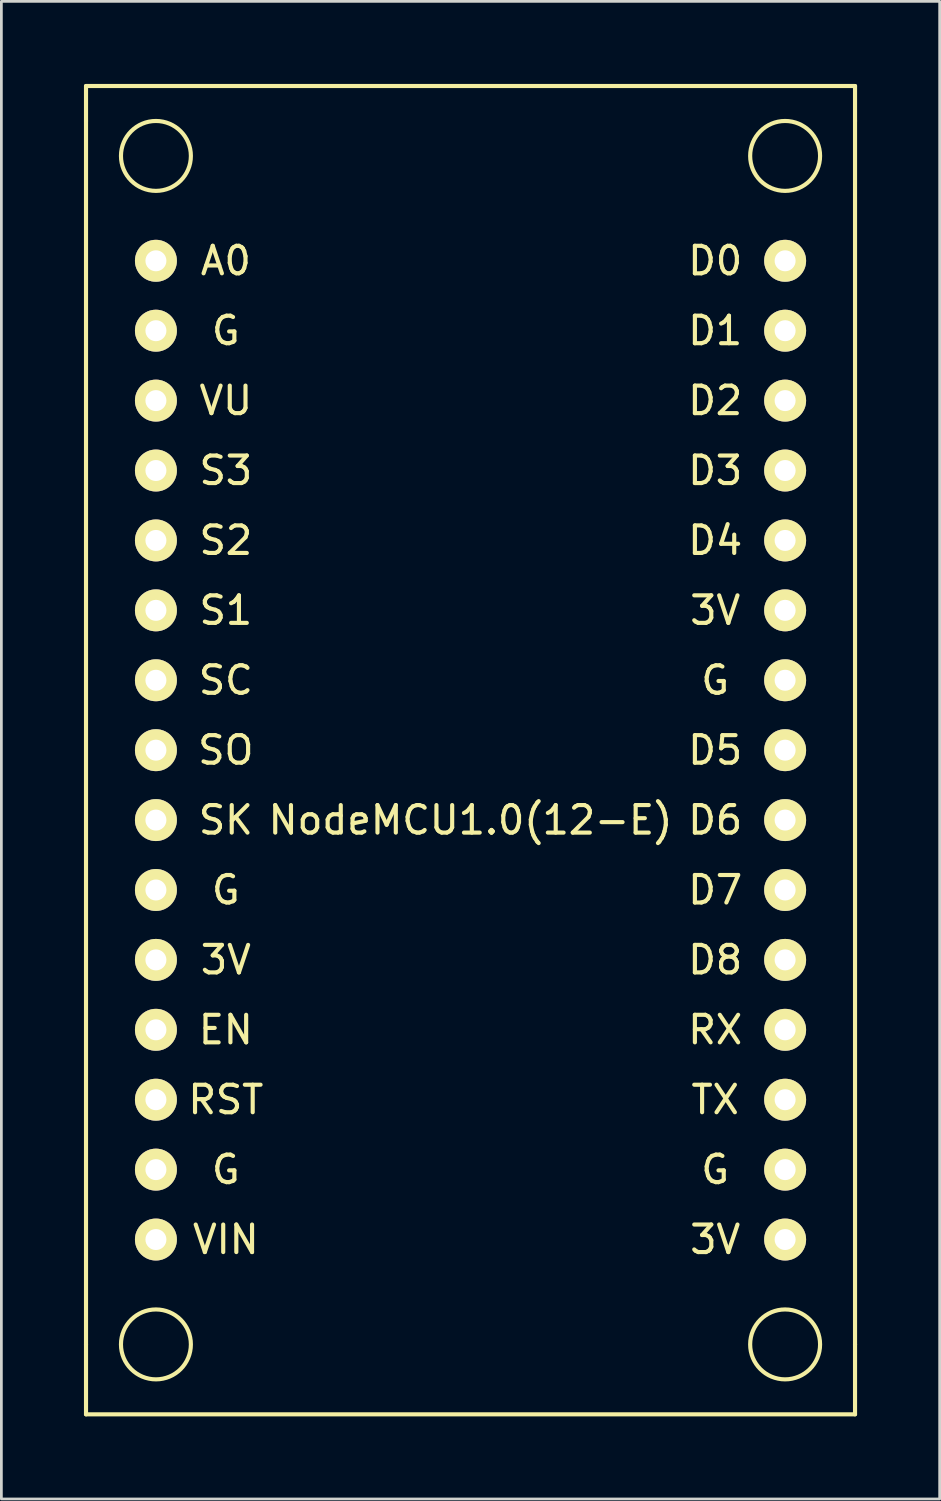
<source format=kicad_pcb>
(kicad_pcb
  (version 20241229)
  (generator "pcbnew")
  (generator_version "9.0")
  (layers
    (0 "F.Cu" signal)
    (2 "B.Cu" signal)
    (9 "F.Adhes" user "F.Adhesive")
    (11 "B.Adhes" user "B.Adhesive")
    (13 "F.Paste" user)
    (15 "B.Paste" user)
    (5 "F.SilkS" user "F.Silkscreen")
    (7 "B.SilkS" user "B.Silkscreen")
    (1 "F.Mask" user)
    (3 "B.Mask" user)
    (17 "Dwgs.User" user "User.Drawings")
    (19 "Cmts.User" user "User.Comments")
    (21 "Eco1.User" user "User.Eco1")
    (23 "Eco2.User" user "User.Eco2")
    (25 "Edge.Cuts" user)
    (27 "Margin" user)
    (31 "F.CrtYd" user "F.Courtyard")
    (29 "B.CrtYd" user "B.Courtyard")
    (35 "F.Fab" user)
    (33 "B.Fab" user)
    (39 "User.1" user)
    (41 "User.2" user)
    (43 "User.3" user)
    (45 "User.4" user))
  (footprint "NodeMCU1.0(12-E)"
    (layer "F.Cu")
    (at 14.045 26.745)
    (property "Reference" "NodeMCU1.0(12-E)" (at 0 0 0) (layer "F.SilkS") (effects (font (size 1 1) (thickness 0.15))))
    (attr through_hole)
    (fp_line (start -13.97 -26.67) (end -13.97 -25.4) (stroke (width 0.15) (type solid)) (layer "F.SilkS"))
    (fp_line (start -13.97 -25.4) (end -13.97 19.05) (stroke (width 0.15) (type solid)) (layer "F.SilkS"))
    (fp_line (start -13.97 19.05) (end -13.97 21.59) (stroke (width 0.15) (type solid)) (layer "F.SilkS"))
    (fp_line (start -13.97 21.59) (end 13.97 21.59) (stroke (width 0.15) (type solid)) (layer "F.SilkS"))
    (fp_line (start 13.97 -26.67) (end -13.97 -26.67) (stroke (width 0.15) (type solid)) (layer "F.SilkS"))
    (fp_line (start 13.97 -25.4) (end 13.97 -26.67) (stroke (width 0.15) (type solid)) (layer "F.SilkS"))
    (fp_line (start 13.97 19.05) (end 13.97 -25.4) (stroke (width 0.15) (type solid)) (layer "F.SilkS"))
    (fp_line (start 13.97 21.59) (end 13.97 19.05) (stroke (width 0.15) (type solid)) (layer "F.SilkS"))
    (fp_circle (center -11.43 -24.13) (end -11.43 -25.4) (stroke (width 0.15) (type solid)) (fill no) (layer "F.SilkS"))
    (fp_circle (center -11.43 19.05) (end -11.43 17.78) (stroke (width 0.15) (type solid)) (fill no) (layer "F.SilkS"))
    (fp_circle (center 11.43 -24.13) (end 11.43 -25.4) (stroke (width 0.15) (type solid)) (fill no) (layer "F.SilkS"))
    (fp_circle (center 11.43 19.05) (end 11.43 20.32) (stroke (width 0.15) (type solid)) (fill no) (layer "F.SilkS"))
    (fp_text user "D1" (at 8.89 -17.78 0) (layer "F.SilkS") (effects (font (size 1 1) (thickness 0.15))))
    (fp_text user "3V" (at 8.89 15.24 0) (layer "F.SilkS") (effects (font (size 1 1) (thickness 0.15))))
    (fp_text user "S1" (at -8.89 -7.62 0) (layer "F.SilkS") (effects (font (size 1 1) (thickness 0.15))))
    (fp_text user "RX" (at 8.89 7.62 0) (layer "F.SilkS") (effects (font (size 1 1) (thickness 0.15))))
    (fp_text user "G" (at -8.89 2.54 0) (layer "F.SilkS") (effects (font (size 1 1) (thickness 0.15))))
    (fp_text user "G" (at -8.89 -17.78 0) (layer "F.SilkS") (effects (font (size 1 1) (thickness 0.15))))
    (fp_text user "S2" (at -8.89 -10.16 0) (layer "F.SilkS") (effects (font (size 1 1) (thickness 0.15))))
    (fp_text user "VIN" (at -8.89 15.24 0) (layer "F.SilkS") (effects (font (size 1 1) (thickness 0.15))))
    (fp_text user "3V" (at 8.89 -7.62 0) (layer "F.SilkS") (effects (font (size 1 1) (thickness 0.15))))
    (fp_text user "D0" (at 8.89 -20.32 0) (layer "F.SilkS") (effects (font (size 1 1) (thickness 0.15))))
    (fp_text user "G" (at 8.89 -5.08 0) (layer "F.SilkS") (effects (font (size 1 1) (thickness 0.15))))
    (fp_text user "SO" (at -8.89 -2.54 0) (layer "F.SilkS") (effects (font (size 1 1) (thickness 0.15))))
    (fp_text user "D5" (at 8.89 -2.54 0) (layer "F.SilkS") (effects (font (size 1 1) (thickness 0.15))))
    (fp_text user "3V" (at -8.89 5.08 0) (layer "F.SilkS") (effects (font (size 1 1) (thickness 0.15))))
    (fp_text user "D4" (at 8.89 -10.16 0) (layer "F.SilkS") (effects (font (size 1 1) (thickness 0.15))))
    (fp_text user "G" (at 8.89 12.7 0) (layer "F.SilkS") (effects (font (size 1 1) (thickness 0.15))))
    (fp_text user "S3" (at -8.89 -12.7 0) (layer "F.SilkS") (effects (font (size 1 1) (thickness 0.15))))
    (fp_text user "D7" (at 8.89 2.54 0) (layer "F.SilkS") (effects (font (size 1 1) (thickness 0.15))))
    (fp_text user "VU" (at -8.89 -15.24 0) (layer "F.SilkS") (effects (font (size 1 1) (thickness 0.15))))
    (fp_text user "A0" (at -8.89 -20.32 0) (layer "F.SilkS") (effects (font (size 1 1) (thickness 0.15))))
    (fp_text user "TX" (at 8.89 10.16 0) (layer "F.SilkS") (effects (font (size 1 1) (thickness 0.15))))
    (fp_text user "D8" (at 8.89 5.08 0) (layer "F.SilkS") (effects (font (size 1 1) (thickness 0.15))))
    (fp_text user "SK" (at -8.89 0 0) (layer "F.SilkS") (effects (font (size 1 1) (thickness 0.15))))
    (fp_text user "D2" (at 8.89 -15.24 0) (layer "F.SilkS") (effects (font (size 1 1) (thickness 0.15))))
    (fp_text user "D3" (at 8.89 -12.7 0) (layer "F.SilkS") (effects (font (size 1 1) (thickness 0.15))))
    (fp_text user "G" (at -8.89 12.7 0) (layer "F.SilkS") (effects (font (size 1 1) (thickness 0.15))))
    (fp_text user "SC" (at -8.89 -5.08 0) (layer "F.SilkS") (effects (font (size 1 1) (thickness 0.15))))
    (fp_text user "D6" (at 8.89 0 0) (layer "F.SilkS") (effects (font (size 1 1) (thickness 0.15))))
    (fp_text user "EN" (at -8.89 7.62 0) (layer "F.SilkS") (effects (font (size 1 1) (thickness 0.15))))
    (fp_text user "RST" (at -8.89 10.16 0) (layer "F.SilkS") (effects (font (size 1 1) (thickness 0.15))))
    (pad "1" thru_hole circle (at -11.43 -20.32) (size 1.524 1.524) (drill 0.762) (layers "*.Cu" "*.Mask" "F.SilkS"))
    (pad "2" thru_hole circle (at -11.43 -17.78) (size 1.524 1.524) (drill 0.762) (layers "*.Cu" "*.Mask" "F.SilkS"))
    (pad "3" thru_hole circle (at -11.43 -15.24) (size 1.524 1.524) (drill 0.762) (layers "*.Cu" "*.Mask" "F.SilkS"))
    (pad "4" thru_hole circle (at -11.43 -12.7) (size 1.524 1.524) (drill 0.762) (layers "*.Cu" "*.Mask" "F.SilkS"))
    (pad "5" thru_hole circle (at -11.43 -10.16) (size 1.524 1.524) (drill 0.762) (layers "*.Cu" "*.Mask" "F.SilkS"))
    (pad "6" thru_hole circle (at -11.43 -7.62) (size 1.524 1.524) (drill 0.762) (layers "*.Cu" "*.Mask" "F.SilkS"))
    (pad "7" thru_hole circle (at -11.43 -5.08) (size 1.524 1.524) (drill 0.762) (layers "*.Cu" "*.Mask" "F.SilkS"))
    (pad "8" thru_hole circle (at -11.43 -2.54) (size 1.524 1.524) (drill 0.762) (layers "*.Cu" "*.Mask" "F.SilkS"))
    (pad "9" thru_hole circle (at -11.43 0) (size 1.524 1.524) (drill 0.762) (layers "*.Cu" "*.Mask" "F.SilkS"))
    (pad "10" thru_hole circle (at -11.43 2.54) (size 1.524 1.524) (drill 0.762) (layers "*.Cu" "*.Mask" "F.SilkS"))
    (pad "11" thru_hole circle (at -11.43 5.08) (size 1.524 1.524) (drill 0.762) (layers "*.Cu" "*.Mask" "F.SilkS"))
    (pad "12" thru_hole circle (at -11.43 7.62) (size 1.524 1.524) (drill 0.762) (layers "*.Cu" "*.Mask" "F.SilkS"))
    (pad "13" thru_hole circle (at -11.43 10.16) (size 1.524 1.524) (drill 0.762) (layers "*.Cu" "*.Mask" "F.SilkS"))
    (pad "14" thru_hole circle (at -11.43 12.7) (size 1.524 1.524) (drill 0.762) (layers "*.Cu" "*.Mask" "F.SilkS"))
    (pad "15" thru_hole circle (at -11.43 15.24) (size 1.524 1.524) (drill 0.762) (layers "*.Cu" "*.Mask" "F.SilkS"))
    (pad "16" thru_hole circle (at 11.43 15.24) (size 1.524 1.524) (drill 0.762) (layers "*.Cu" "*.Mask" "F.SilkS"))
    (pad "17" thru_hole circle (at 11.43 12.7) (size 1.524 1.524) (drill 0.762) (layers "*.Cu" "*.Mask" "F.SilkS"))
    (pad "18" thru_hole circle (at 11.43 10.16) (size 1.524 1.524) (drill 0.762) (layers "*.Cu" "*.Mask" "F.SilkS"))
    (pad "19" thru_hole circle (at 11.43 7.62) (size 1.524 1.524) (drill 0.762) (layers "*.Cu" "*.Mask" "F.SilkS"))
    (pad "20" thru_hole circle (at 11.43 5.08) (size 1.524 1.524) (drill 0.762) (layers "*.Cu" "*.Mask" "F.SilkS"))
    (pad "21" thru_hole circle (at 11.43 2.54) (size 1.524 1.524) (drill 0.762) (layers "*.Cu" "*.Mask" "F.SilkS"))
    (pad "22" thru_hole circle (at 11.43 0) (size 1.524 1.524) (drill 0.762) (layers "*.Cu" "*.Mask" "F.SilkS"))
    (pad "23" thru_hole circle (at 11.43 -2.54) (size 1.524 1.524) (drill 0.762) (layers "*.Cu" "*.Mask" "F.SilkS"))
    (pad "24" thru_hole circle (at 11.43 -5.08) (size 1.524 1.524) (drill 0.762) (layers "*.Cu" "*.Mask" "F.SilkS"))
    (pad "25" thru_hole circle (at 11.43 -7.62) (size 1.524 1.524) (drill 0.762) (layers "*.Cu" "*.Mask" "F.SilkS"))
    (pad "26" thru_hole circle (at 11.43 -10.16) (size 1.524 1.524) (drill 0.762) (layers "*.Cu" "*.Mask" "F.SilkS"))
    (pad "27" thru_hole circle (at 11.43 -12.7) (size 1.524 1.524) (drill 0.762) (layers "*.Cu" "*.Mask" "F.SilkS"))
    (pad "28" thru_hole circle (at 11.43 -15.24) (size 1.524 1.524) (drill 0.762) (layers "*.Cu" "*.Mask" "F.SilkS"))
    (pad "29" thru_hole circle (at 11.43 -17.78) (size 1.524 1.524) (drill 0.762) (layers "*.Cu" "*.Mask" "F.SilkS"))
    (pad "30" thru_hole circle (at 11.43 -20.32) (size 1.524 1.524) (drill 0.762) (layers "*.Cu" "*.Mask" "F.SilkS")))
  (gr_rect
    (start -3 -3)
    (end 31.09 51.41)
    (stroke (width 0.1) (type default))
    (fill no)
    (layer "Edge.Cuts")))
</source>
